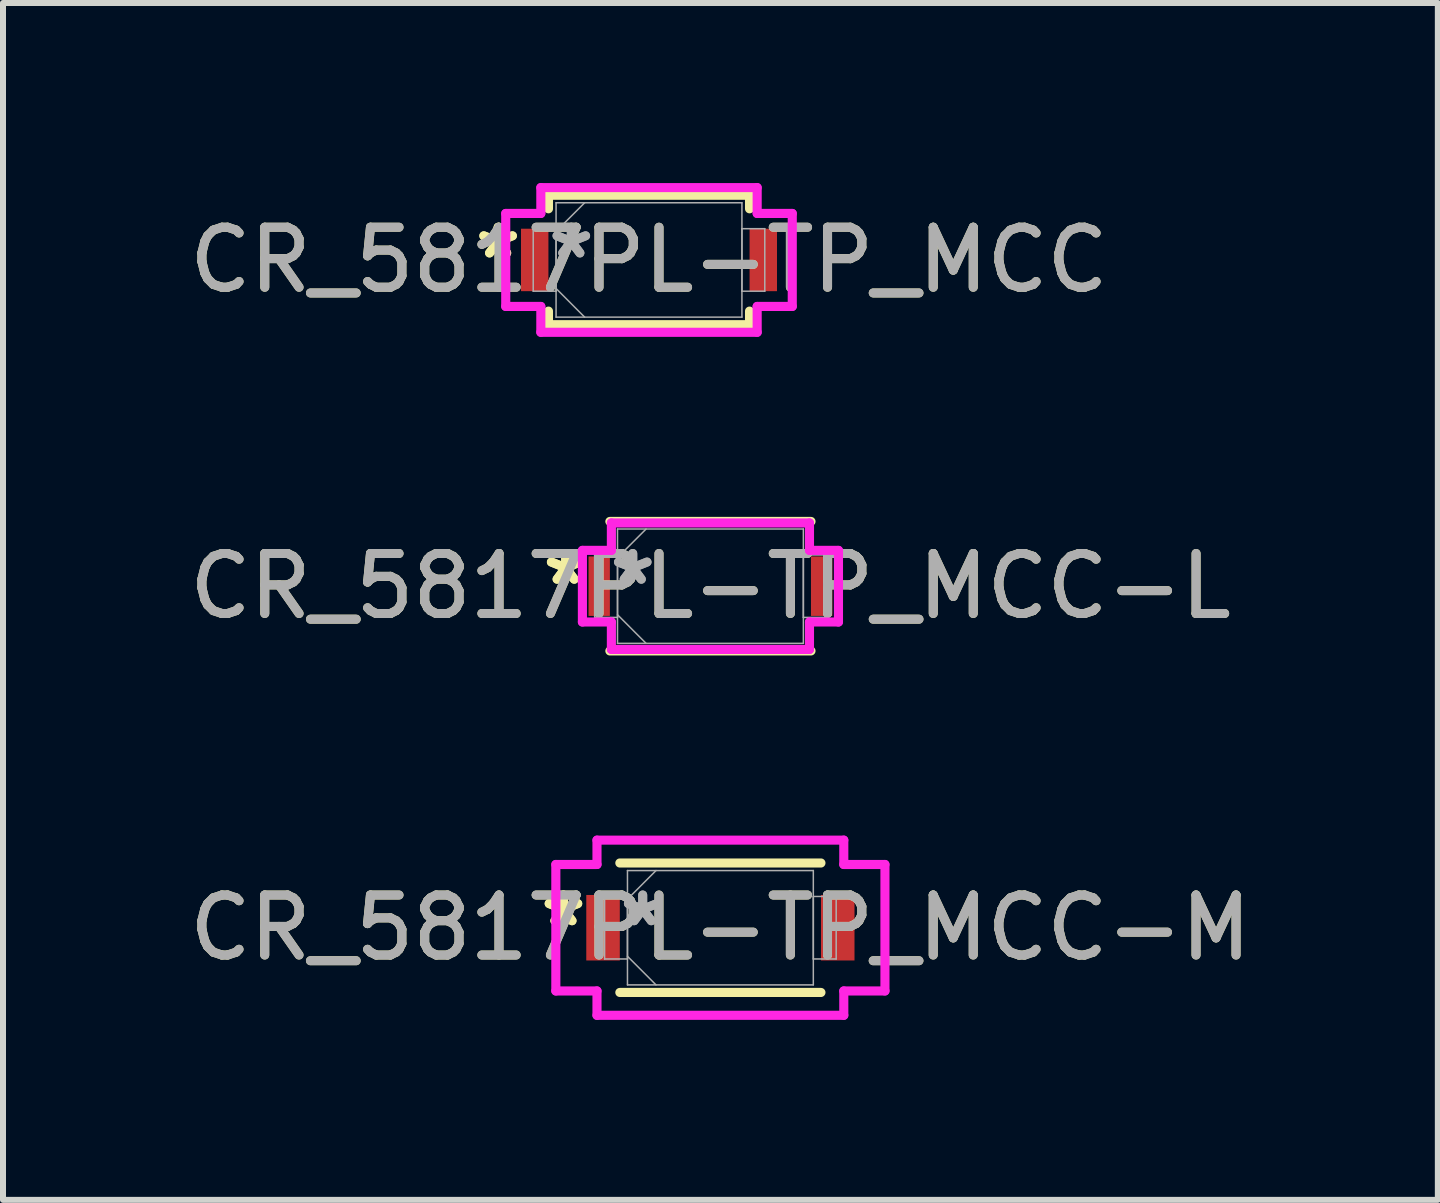
<source format=kicad_pcb>
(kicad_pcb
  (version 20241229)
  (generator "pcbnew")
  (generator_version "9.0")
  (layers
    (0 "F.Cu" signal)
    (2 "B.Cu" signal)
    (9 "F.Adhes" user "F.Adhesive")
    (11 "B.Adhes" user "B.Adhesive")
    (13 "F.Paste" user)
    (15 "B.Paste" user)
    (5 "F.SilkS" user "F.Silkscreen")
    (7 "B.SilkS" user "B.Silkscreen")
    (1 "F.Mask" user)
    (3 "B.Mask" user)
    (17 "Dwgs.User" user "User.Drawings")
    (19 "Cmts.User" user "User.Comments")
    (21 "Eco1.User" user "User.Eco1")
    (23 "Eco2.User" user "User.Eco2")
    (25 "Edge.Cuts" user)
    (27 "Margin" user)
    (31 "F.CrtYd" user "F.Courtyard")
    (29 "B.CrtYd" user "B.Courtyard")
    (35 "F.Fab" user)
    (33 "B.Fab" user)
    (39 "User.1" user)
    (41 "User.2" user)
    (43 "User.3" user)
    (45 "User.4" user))
  (footprint "CR_5817PL-TP_MCC-M"
    (layer "F.Cu")
    (at 8.958 12.414)
    (property "Reference" "CR_5817PL-TP_MCC-M" (at 0 0 0) (unlocked yes) (layer "F.SilkS") (effects (font (size 1 1) (thickness 0.15))))
    (attr smd)
    (fp_line (start -1.676 1.079) (end 1.676 1.079) (stroke (width 0.152) (type solid)) (layer "F.SilkS"))
    (fp_line (start 1.676 -1.079) (end -1.676 -1.079) (stroke (width 0.152) (type solid)) (layer "F.SilkS"))
    (fp_line (start -2.743 -1.054) (end -2.057 -1.054) (stroke (width 0.152) (type solid)) (layer "F.CrtYd"))
    (fp_line (start -2.743 1.054) (end -2.743 -1.054) (stroke (width 0.152) (type solid)) (layer "F.CrtYd"))
    (fp_line (start -2.057 -1.46) (end 2.057 -1.46) (stroke (width 0.152) (type solid)) (layer "F.CrtYd"))
    (fp_line (start -2.057 -1.054) (end -2.057 -1.46) (stroke (width 0.152) (type solid)) (layer "F.CrtYd"))
    (fp_line (start -2.057 1.054) (end -2.743 1.054) (stroke (width 0.152) (type solid)) (layer "F.CrtYd"))
    (fp_line (start -2.057 1.46) (end -2.057 1.054) (stroke (width 0.152) (type solid)) (layer "F.CrtYd"))
    (fp_line (start 2.057 -1.46) (end 2.057 -1.054) (stroke (width 0.152) (type solid)) (layer "F.CrtYd"))
    (fp_line (start 2.057 -1.054) (end 2.743 -1.054) (stroke (width 0.152) (type solid)) (layer "F.CrtYd"))
    (fp_line (start 2.057 1.054) (end 2.057 1.46) (stroke (width 0.152) (type solid)) (layer "F.CrtYd"))
    (fp_line (start 2.057 1.46) (end -2.057 1.46) (stroke (width 0.152) (type solid)) (layer "F.CrtYd"))
    (fp_line (start 2.743 -1.054) (end 2.743 1.054) (stroke (width 0.152) (type solid)) (layer "F.CrtYd"))
    (fp_line (start 2.743 1.054) (end 2.057 1.054) (stroke (width 0.152) (type solid)) (layer "F.CrtYd"))
    (fp_line (start -1.93 -0.521) (end -1.93 0.521) (stroke (width 0.025) (type solid)) (layer "F.Fab"))
    (fp_line (start -1.93 0.521) (end -1.549 0.521) (stroke (width 0.025) (type solid)) (layer "F.Fab"))
    (fp_line (start -1.549 -0.953) (end -1.549 0.953) (stroke (width 0.025) (type solid)) (layer "F.Fab"))
    (fp_line (start -1.549 -0.521) (end -1.93 -0.521) (stroke (width 0.025) (type solid)) (layer "F.Fab"))
    (fp_line (start -1.549 -0.476) (end -1.073 -0.953) (stroke (width 0.025) (type solid)) (layer "F.Fab"))
    (fp_line (start -1.549 0.476) (end -1.073 0.953) (stroke (width 0.025) (type solid)) (layer "F.Fab"))
    (fp_line (start -1.549 0.521) (end -1.549 -0.521) (stroke (width 0.025) (type solid)) (layer "F.Fab"))
    (fp_line (start -1.549 0.953) (end 1.549 0.953) (stroke (width 0.025) (type solid)) (layer "F.Fab"))
    (fp_line (start 1.549 -0.953) (end -1.549 -0.953) (stroke (width 0.025) (type solid)) (layer "F.Fab"))
    (fp_line (start 1.549 -0.521) (end 1.549 0.521) (stroke (width 0.025) (type solid)) (layer "F.Fab"))
    (fp_line (start 1.549 0.521) (end 1.93 0.521) (stroke (width 0.025) (type solid)) (layer "F.Fab"))
    (fp_line (start 1.549 0.953) (end 1.549 -0.953) (stroke (width 0.025) (type solid)) (layer "F.Fab"))
    (fp_line (start 1.93 -0.521) (end 1.549 -0.521) (stroke (width 0.025) (type solid)) (layer "F.Fab"))
    (fp_line (start 1.93 0.521) (end 1.93 -0.521) (stroke (width 0.025) (type solid)) (layer "F.Fab"))
    (fp_text user "*" (at -2.616 0 0) (layer "F.SilkS") (effects (font (size 1 1) (thickness 0.15))))
    (fp_text user "*" (at -2.616 0 0) (unlocked yes) (layer "F.SilkS") (effects (font (size 1 1) (thickness 0.15))))
    (fp_text user "*" (at -1.295 0 0) (layer "F.Fab") (effects (font (size 1 1) (thickness 0.15))))
    (fp_text user "*" (at -1.295 0 0) (unlocked yes) (layer "F.Fab") (effects (font (size 1 1) (thickness 0.15))))
    (fp_text user "${REFERENCE}" (at 0 0 0) (unlocked yes) (layer "F.Fab") (effects (font (size 1 1) (thickness 0.15))))
    (pad "1" smd rect (at -1.956 0) (size 0.559 1.092) (layers "F.Cu" "F.Mask" "F.Paste"))
    (pad "2" smd rect (at 1.956 0) (size 0.559 1.092) (layers "F.Cu" "F.Mask" "F.Paste"))
    (zone (net_name "") (layer "F.Cu") (hatch full 0.508) (connect_pads) (min_thickness 0.254) (filled_areas_thickness no) (keepout (tracks not_allowed) (vias not_allowed) (pads allowed) (copperpour not_allowed) (footprints allowed)) (placement (enabled no)) (fill) (polygon (pts (xy 7.333 11.512) (xy 10.584 11.512) (xy 10.584 13.315) (xy 7.333 13.315)))))
  (footprint "CR_5817PL-TP_MCC-L"
    (layer "F.Cu")
    (at 8.792 6.721)
    (property "Reference" "CR_5817PL-TP_MCC-L" (at 0 0 0) (unlocked yes) (layer "F.SilkS") (effects (font (size 1 1) (thickness 0.15))))
    (attr smd)
    (fp_line (start -1.676 1.079) (end 1.676 1.079) (stroke (width 0.152) (type solid)) (layer "F.SilkS"))
    (fp_line (start 1.676 -1.079) (end -1.676 -1.079) (stroke (width 0.152) (type solid)) (layer "F.SilkS"))
    (fp_line (start -2.134 -0.597) (end -1.651 -0.597) (stroke (width 0.152) (type solid)) (layer "F.CrtYd"))
    (fp_line (start -2.134 0.597) (end -2.134 -0.597) (stroke (width 0.152) (type solid)) (layer "F.CrtYd"))
    (fp_line (start -1.651 -1.054) (end 1.651 -1.054) (stroke (width 0.152) (type solid)) (layer "F.CrtYd"))
    (fp_line (start -1.651 -0.597) (end -1.651 -1.054) (stroke (width 0.152) (type solid)) (layer "F.CrtYd"))
    (fp_line (start -1.651 0.597) (end -2.134 0.597) (stroke (width 0.152) (type solid)) (layer "F.CrtYd"))
    (fp_line (start -1.651 1.054) (end -1.651 0.597) (stroke (width 0.152) (type solid)) (layer "F.CrtYd"))
    (fp_line (start 1.651 -1.054) (end 1.651 -0.597) (stroke (width 0.152) (type solid)) (layer "F.CrtYd"))
    (fp_line (start 1.651 -0.597) (end 2.134 -0.597) (stroke (width 0.152) (type solid)) (layer "F.CrtYd"))
    (fp_line (start 1.651 0.597) (end 1.651 1.054) (stroke (width 0.152) (type solid)) (layer "F.CrtYd"))
    (fp_line (start 1.651 1.054) (end -1.651 1.054) (stroke (width 0.152) (type solid)) (layer "F.CrtYd"))
    (fp_line (start 2.134 -0.597) (end 2.134 0.597) (stroke (width 0.152) (type solid)) (layer "F.CrtYd"))
    (fp_line (start 2.134 0.597) (end 1.651 0.597) (stroke (width 0.152) (type solid)) (layer "F.CrtYd"))
    (fp_line (start -1.93 -0.521) (end -1.93 0.521) (stroke (width 0.025) (type solid)) (layer "F.Fab"))
    (fp_line (start -1.93 0.521) (end -1.549 0.521) (stroke (width 0.025) (type solid)) (layer "F.Fab"))
    (fp_line (start -1.549 -0.953) (end -1.549 0.953) (stroke (width 0.025) (type solid)) (layer "F.Fab"))
    (fp_line (start -1.549 -0.521) (end -1.93 -0.521) (stroke (width 0.025) (type solid)) (layer "F.Fab"))
    (fp_line (start -1.549 -0.476) (end -1.073 -0.953) (stroke (width 0.025) (type solid)) (layer "F.Fab"))
    (fp_line (start -1.549 0.476) (end -1.073 0.953) (stroke (width 0.025) (type solid)) (layer "F.Fab"))
    (fp_line (start -1.549 0.521) (end -1.549 -0.521) (stroke (width 0.025) (type solid)) (layer "F.Fab"))
    (fp_line (start -1.549 0.953) (end 1.549 0.953) (stroke (width 0.025) (type solid)) (layer "F.Fab"))
    (fp_line (start 1.549 -0.953) (end -1.549 -0.953) (stroke (width 0.025) (type solid)) (layer "F.Fab"))
    (fp_line (start 1.549 -0.521) (end 1.549 0.521) (stroke (width 0.025) (type solid)) (layer "F.Fab"))
    (fp_line (start 1.549 0.521) (end 1.93 0.521) (stroke (width 0.025) (type solid)) (layer "F.Fab"))
    (fp_line (start 1.549 0.953) (end 1.549 -0.953) (stroke (width 0.025) (type solid)) (layer "F.Fab"))
    (fp_line (start 1.93 -0.521) (end 1.549 -0.521) (stroke (width 0.025) (type solid)) (layer "F.Fab"))
    (fp_line (start 1.93 0.521) (end 1.93 -0.521) (stroke (width 0.025) (type solid)) (layer "F.Fab"))
    (fp_text user "*" (at -2.413 0 0) (layer "F.SilkS") (effects (font (size 1 1) (thickness 0.15))))
    (fp_text user "*" (at -2.413 0 0) (unlocked yes) (layer "F.SilkS") (effects (font (size 1 1) (thickness 0.15))))
    (fp_text user "*" (at -1.295 0 0) (unlocked yes) (layer "F.Fab") (effects (font (size 1 1) (thickness 0.15))))
    (fp_text user "${REFERENCE}" (at 0 0 0) (unlocked yes) (layer "F.Fab") (effects (font (size 1 1) (thickness 0.15))))
    (fp_text user "*" (at -1.295 0 0) (layer "F.Fab") (effects (font (size 1 1) (thickness 0.15))))
    (pad "1" smd rect (at -1.854 0) (size 0.356 0.991) (layers "F.Cu" "F.Mask" "F.Paste"))
    (pad "2" smd rect (at 1.854 0) (size 0.356 0.991) (layers "F.Cu" "F.Mask" "F.Paste"))
    (zone (net_name "") (layer "F.Cu") (hatch full 0.508) (connect_pads) (min_thickness 0.254) (filled_areas_thickness no) (keepout (tracks not_allowed) (vias not_allowed) (pads allowed) (copperpour not_allowed) (footprints allowed)) (placement (enabled no)) (fill) (polygon (pts (xy 7.166 5.819) (xy 10.417 5.819) (xy 10.417 7.623) (xy 7.166 7.623)))))
  (footprint "CR_5817PL-TP_MCC"
    (layer "F.Cu")
    (at 7.768 1.283)
    (property "Reference" "CR_5817PL-TP_MCC" (at 0 0 0) (unlocked yes) (layer "F.SilkS") (effects (font (size 1 1) (thickness 0.15))))
    (attr smd)
    (fp_line (start -1.676 -1.079) (end -1.676 -0.853) (stroke (width 0.152) (type solid)) (layer "F.SilkS"))
    (fp_line (start -1.676 0.853) (end -1.676 1.079) (stroke (width 0.152) (type solid)) (layer "F.SilkS"))
    (fp_line (start -1.676 1.079) (end 1.676 1.079) (stroke (width 0.152) (type solid)) (layer "F.SilkS"))
    (fp_line (start 1.676 -1.079) (end -1.676 -1.079) (stroke (width 0.152) (type solid)) (layer "F.SilkS"))
    (fp_line (start 1.676 -0.853) (end 1.676 -1.079) (stroke (width 0.152) (type solid)) (layer "F.SilkS"))
    (fp_line (start 1.676 1.079) (end 1.676 0.853) (stroke (width 0.152) (type solid)) (layer "F.SilkS"))
    (fp_line (start -2.388 -0.775) (end -1.803 -0.775) (stroke (width 0.152) (type solid)) (layer "F.CrtYd"))
    (fp_line (start -2.388 0.775) (end -2.388 -0.775) (stroke (width 0.152) (type solid)) (layer "F.CrtYd"))
    (fp_line (start -1.803 -1.206) (end 1.803 -1.206) (stroke (width 0.152) (type solid)) (layer "F.CrtYd"))
    (fp_line (start -1.803 -0.775) (end -1.803 -1.206) (stroke (width 0.152) (type solid)) (layer "F.CrtYd"))
    (fp_line (start -1.803 0.775) (end -2.388 0.775) (stroke (width 0.152) (type solid)) (layer "F.CrtYd"))
    (fp_line (start -1.803 1.206) (end -1.803 0.775) (stroke (width 0.152) (type solid)) (layer "F.CrtYd"))
    (fp_line (start 1.803 -1.206) (end 1.803 -0.775) (stroke (width 0.152) (type solid)) (layer "F.CrtYd"))
    (fp_line (start 1.803 -0.775) (end 2.388 -0.775) (stroke (width 0.152) (type solid)) (layer "F.CrtYd"))
    (fp_line (start 1.803 0.775) (end 1.803 1.206) (stroke (width 0.152) (type solid)) (layer "F.CrtYd"))
    (fp_line (start 1.803 1.206) (end -1.803 1.206) (stroke (width 0.152) (type solid)) (layer "F.CrtYd"))
    (fp_line (start 2.388 -0.775) (end 2.388 0.775) (stroke (width 0.152) (type solid)) (layer "F.CrtYd"))
    (fp_line (start 2.388 0.775) (end 1.803 0.775) (stroke (width 0.152) (type solid)) (layer "F.CrtYd"))
    (fp_line (start -1.93 -0.521) (end -1.93 0.521) (stroke (width 0.025) (type solid)) (layer "F.Fab"))
    (fp_line (start -1.93 0.521) (end -1.549 0.521) (stroke (width 0.025) (type solid)) (layer "F.Fab"))
    (fp_line (start -1.549 -0.953) (end -1.549 0.953) (stroke (width 0.025) (type solid)) (layer "F.Fab"))
    (fp_line (start -1.549 -0.521) (end -1.93 -0.521) (stroke (width 0.025) (type solid)) (layer "F.Fab"))
    (fp_line (start -1.549 -0.476) (end -1.073 -0.953) (stroke (width 0.025) (type solid)) (layer "F.Fab"))
    (fp_line (start -1.549 0.476) (end -1.073 0.953) (stroke (width 0.025) (type solid)) (layer "F.Fab"))
    (fp_line (start -1.549 0.521) (end -1.549 -0.521) (stroke (width 0.025) (type solid)) (layer "F.Fab"))
    (fp_line (start -1.549 0.953) (end 1.549 0.953) (stroke (width 0.025) (type solid)) (layer "F.Fab"))
    (fp_line (start 1.549 -0.953) (end -1.549 -0.953) (stroke (width 0.025) (type solid)) (layer "F.Fab"))
    (fp_line (start 1.549 -0.521) (end 1.549 0.521) (stroke (width 0.025) (type solid)) (layer "F.Fab"))
    (fp_line (start 1.549 0.521) (end 1.93 0.521) (stroke (width 0.025) (type solid)) (layer "F.Fab"))
    (fp_line (start 1.549 0.953) (end 1.549 -0.953) (stroke (width 0.025) (type solid)) (layer "F.Fab"))
    (fp_line (start 1.93 -0.521) (end 1.549 -0.521) (stroke (width 0.025) (type solid)) (layer "F.Fab"))
    (fp_line (start 1.93 0.521) (end 1.93 -0.521) (stroke (width 0.025) (type solid)) (layer "F.Fab"))
    (fp_text user "*" (at -2.515 0 0) (layer "F.SilkS") (effects (font (size 1 1) (thickness 0.15))))
    (fp_text user "*" (at -2.515 0 0) (unlocked yes) (layer "F.SilkS") (effects (font (size 1 1) (thickness 0.15))))
    (fp_text user "*" (at -1.295 0 0) (unlocked yes) (layer "F.Fab") (effects (font (size 1 1) (thickness 0.15))))
    (fp_text user "*" (at -1.295 0 0) (layer "F.Fab") (effects (font (size 1 1) (thickness 0.15))))
    (fp_text user "${REFERENCE}" (at 0 0 0) (unlocked yes) (layer "F.Fab") (effects (font (size 1 1) (thickness 0.15))))
    (pad "1" smd rect (at -1.905 0) (size 0.457 1.041) (layers "F.Cu" "F.Mask" "F.Paste"))
    (pad "2" smd rect (at 1.905 0) (size 0.457 1.041) (layers "F.Cu" "F.Mask" "F.Paste"))
    (zone (net_name "") (layer "F.Cu") (hatch full 0.508) (connect_pads) (min_thickness 0.254) (filled_areas_thickness no) (keepout (tracks not_allowed) (vias not_allowed) (pads allowed) (copperpour not_allowed) (footprints allowed)) (placement (enabled no)) (fill) (polygon (pts (xy 6.142 0.381) (xy 9.393 0.381) (xy 9.393 2.184) (xy 6.142 2.184)))))
  (gr_rect
    (start -3 -3)
    (end 20.917 16.95)
    (stroke (width 0.1) (type default))
    (fill no)
    (layer "Edge.Cuts")))
</source>
